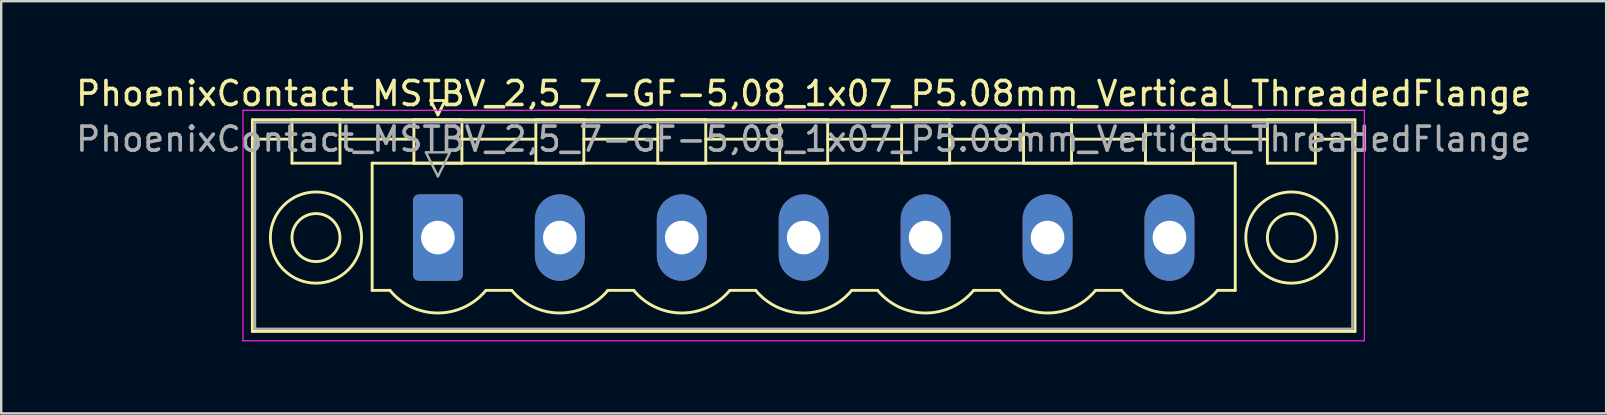
<source format=kicad_pcb>
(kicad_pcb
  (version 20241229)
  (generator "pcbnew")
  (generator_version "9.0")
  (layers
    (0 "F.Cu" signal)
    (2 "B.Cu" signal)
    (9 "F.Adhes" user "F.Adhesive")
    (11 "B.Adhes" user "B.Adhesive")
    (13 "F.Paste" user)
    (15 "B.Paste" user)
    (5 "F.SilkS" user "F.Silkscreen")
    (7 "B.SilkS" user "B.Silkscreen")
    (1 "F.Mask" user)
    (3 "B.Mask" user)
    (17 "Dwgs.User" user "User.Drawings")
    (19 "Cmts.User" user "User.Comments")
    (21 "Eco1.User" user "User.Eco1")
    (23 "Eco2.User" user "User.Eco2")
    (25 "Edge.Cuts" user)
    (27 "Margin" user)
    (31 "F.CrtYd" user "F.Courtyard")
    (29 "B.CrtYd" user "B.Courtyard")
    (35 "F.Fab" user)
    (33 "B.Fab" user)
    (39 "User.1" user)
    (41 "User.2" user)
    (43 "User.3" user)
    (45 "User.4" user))
  (footprint "PhoenixContact_MSTBV_2,5_7-GF-5,08_1x07_P5.08mm_Vertical_ThreadedFlange"
    (layer "F.Cu")
    (at 15.195 6.848)
    (property "Reference" "PhoenixContact_MSTBV_2,5_7-GF-5,08_1x07_P5.08mm_Vertical_ThreadedFlange" (at 15.24 -6 0) (layer "F.SilkS") (effects (font (size 1 1) (thickness 0.15))))
    (attr through_hole)
    (fp_line (start -7.73 -4.91) (end -7.73 3.91) (stroke (width 0.12) (type solid)) (layer "F.SilkS"))
    (fp_line (start -7.73 -4.1) (end -6.19 -4.1) (stroke (width 0.12) (type solid)) (layer "F.SilkS"))
    (fp_line (start -7.73 3.91) (end 38.21 3.91) (stroke (width 0.12) (type solid)) (layer "F.SilkS"))
    (fp_line (start -6.08 -4.91) (end -4.08 -4.91) (stroke (width 0.12) (type solid)) (layer "F.SilkS"))
    (fp_line (start -6.08 -3.1) (end -6.08 -4.91) (stroke (width 0.12) (type solid)) (layer "F.SilkS"))
    (fp_line (start -4.08 -4.91) (end -4.08 -3.1) (stroke (width 0.12) (type solid)) (layer "F.SilkS"))
    (fp_line (start -4.08 -4.1) (end -1 -4.1) (stroke (width 0.12) (type solid)) (layer "F.SilkS"))
    (fp_line (start -4.08 -3.1) (end -6.08 -3.1) (stroke (width 0.12) (type solid)) (layer "F.SilkS"))
    (fp_line (start -2.74 -3.1) (end 33.22 -3.1) (stroke (width 0.12) (type solid)) (layer "F.SilkS"))
    (fp_line (start -2.74 2.2) (end -2.74 -3.1) (stroke (width 0.12) (type solid)) (layer "F.SilkS"))
    (fp_line (start -2 2.2) (end -2.74 2.2) (stroke (width 0.12) (type solid)) (layer "F.SilkS"))
    (fp_line (start -1 -4.91) (end 1 -4.91) (stroke (width 0.12) (type solid)) (layer "F.SilkS"))
    (fp_line (start -1 -3.1) (end -1 -4.91) (stroke (width 0.12) (type solid)) (layer "F.SilkS"))
    (fp_line (start -0.3 -5.71) (end 0.3 -5.71) (stroke (width 0.12) (type solid)) (layer "F.SilkS"))
    (fp_line (start 0 -5.11) (end -0.3 -5.71) (stroke (width 0.12) (type solid)) (layer "F.SilkS"))
    (fp_line (start 0.3 -5.71) (end 0 -5.11) (stroke (width 0.12) (type solid)) (layer "F.SilkS"))
    (fp_line (start 1 -4.91) (end 1 -3.1) (stroke (width 0.12) (type solid)) (layer "F.SilkS"))
    (fp_line (start 1 -4.1) (end 4.08 -4.1) (stroke (width 0.12) (type solid)) (layer "F.SilkS"))
    (fp_line (start 1 -3.1) (end -1 -3.1) (stroke (width 0.12) (type solid)) (layer "F.SilkS"))
    (fp_line (start 2 2.2) (end 3.08 2.2) (stroke (width 0.12) (type solid)) (layer "F.SilkS"))
    (fp_line (start 4.08 -4.91) (end 6.08 -4.91) (stroke (width 0.12) (type solid)) (layer "F.SilkS"))
    (fp_line (start 4.08 -3.1) (end 4.08 -4.91) (stroke (width 0.12) (type solid)) (layer "F.SilkS"))
    (fp_line (start 6.08 -4.91) (end 6.08 -3.1) (stroke (width 0.12) (type solid)) (layer "F.SilkS"))
    (fp_line (start 6.08 -4.1) (end 9.16 -4.1) (stroke (width 0.12) (type solid)) (layer "F.SilkS"))
    (fp_line (start 6.08 -3.1) (end 4.08 -3.1) (stroke (width 0.12) (type solid)) (layer "F.SilkS"))
    (fp_line (start 7.08 2.2) (end 8.16 2.2) (stroke (width 0.12) (type solid)) (layer "F.SilkS"))
    (fp_line (start 9.16 -4.91) (end 11.16 -4.91) (stroke (width 0.12) (type solid)) (layer "F.SilkS"))
    (fp_line (start 9.16 -3.1) (end 9.16 -4.91) (stroke (width 0.12) (type solid)) (layer "F.SilkS"))
    (fp_line (start 11.16 -4.91) (end 11.16 -3.1) (stroke (width 0.12) (type solid)) (layer "F.SilkS"))
    (fp_line (start 11.16 -4.1) (end 14.24 -4.1) (stroke (width 0.12) (type solid)) (layer "F.SilkS"))
    (fp_line (start 11.16 -3.1) (end 9.16 -3.1) (stroke (width 0.12) (type solid)) (layer "F.SilkS"))
    (fp_line (start 12.16 2.2) (end 13.24 2.2) (stroke (width 0.12) (type solid)) (layer "F.SilkS"))
    (fp_line (start 14.24 -4.91) (end 16.24 -4.91) (stroke (width 0.12) (type solid)) (layer "F.SilkS"))
    (fp_line (start 14.24 -3.1) (end 14.24 -4.91) (stroke (width 0.12) (type solid)) (layer "F.SilkS"))
    (fp_line (start 16.24 -4.91) (end 16.24 -3.1) (stroke (width 0.12) (type solid)) (layer "F.SilkS"))
    (fp_line (start 16.24 -4.1) (end 19.32 -4.1) (stroke (width 0.12) (type solid)) (layer "F.SilkS"))
    (fp_line (start 16.24 -3.1) (end 14.24 -3.1) (stroke (width 0.12) (type solid)) (layer "F.SilkS"))
    (fp_line (start 17.24 2.2) (end 18.32 2.2) (stroke (width 0.12) (type solid)) (layer "F.SilkS"))
    (fp_line (start 19.32 -4.91) (end 21.32 -4.91) (stroke (width 0.12) (type solid)) (layer "F.SilkS"))
    (fp_line (start 19.32 -3.1) (end 19.32 -4.91) (stroke (width 0.12) (type solid)) (layer "F.SilkS"))
    (fp_line (start 21.32 -4.91) (end 21.32 -3.1) (stroke (width 0.12) (type solid)) (layer "F.SilkS"))
    (fp_line (start 21.32 -4.1) (end 24.4 -4.1) (stroke (width 0.12) (type solid)) (layer "F.SilkS"))
    (fp_line (start 21.32 -3.1) (end 19.32 -3.1) (stroke (width 0.12) (type solid)) (layer "F.SilkS"))
    (fp_line (start 22.32 2.2) (end 23.4 2.2) (stroke (width 0.12) (type solid)) (layer "F.SilkS"))
    (fp_line (start 24.4 -4.91) (end 26.4 -4.91) (stroke (width 0.12) (type solid)) (layer "F.SilkS"))
    (fp_line (start 24.4 -3.1) (end 24.4 -4.91) (stroke (width 0.12) (type solid)) (layer "F.SilkS"))
    (fp_line (start 26.4 -4.91) (end 26.4 -3.1) (stroke (width 0.12) (type solid)) (layer "F.SilkS"))
    (fp_line (start 26.4 -4.1) (end 29.48 -4.1) (stroke (width 0.12) (type solid)) (layer "F.SilkS"))
    (fp_line (start 26.4 -3.1) (end 24.4 -3.1) (stroke (width 0.12) (type solid)) (layer "F.SilkS"))
    (fp_line (start 27.4 2.2) (end 28.48 2.2) (stroke (width 0.12) (type solid)) (layer "F.SilkS"))
    (fp_line (start 29.48 -4.91) (end 31.48 -4.91) (stroke (width 0.12) (type solid)) (layer "F.SilkS"))
    (fp_line (start 29.48 -3.1) (end 29.48 -4.91) (stroke (width 0.12) (type solid)) (layer "F.SilkS"))
    (fp_line (start 31.48 -4.91) (end 31.48 -3.1) (stroke (width 0.12) (type solid)) (layer "F.SilkS"))
    (fp_line (start 31.48 -4.1) (end 34.56 -4.1) (stroke (width 0.12) (type solid)) (layer "F.SilkS"))
    (fp_line (start 31.48 -3.1) (end 29.48 -3.1) (stroke (width 0.12) (type solid)) (layer "F.SilkS"))
    (fp_line (start 33.22 -3.1) (end 33.22 2.2) (stroke (width 0.12) (type solid)) (layer "F.SilkS"))
    (fp_line (start 33.22 2.2) (end 32.48 2.2) (stroke (width 0.12) (type solid)) (layer "F.SilkS"))
    (fp_line (start 34.56 -4.91) (end 36.56 -4.91) (stroke (width 0.12) (type solid)) (layer "F.SilkS"))
    (fp_line (start 34.56 -3.1) (end 34.56 -4.91) (stroke (width 0.12) (type solid)) (layer "F.SilkS"))
    (fp_line (start 36.56 -4.91) (end 36.56 -3.1) (stroke (width 0.12) (type solid)) (layer "F.SilkS"))
    (fp_line (start 36.56 -3.1) (end 34.56 -3.1) (stroke (width 0.12) (type solid)) (layer "F.SilkS"))
    (fp_line (start 38.21 -4.91) (end -7.73 -4.91) (stroke (width 0.12) (type solid)) (layer "F.SilkS"))
    (fp_line (start 38.21 -4.1) (end 36.67 -4.1) (stroke (width 0.12) (type solid)) (layer "F.SilkS"))
    (fp_line (start 38.21 3.91) (end 38.21 -4.91) (stroke (width 0.12) (type solid)) (layer "F.SilkS"))
    (fp_arc (start 1.986842 2.215821) (mid -0.010289 3.142758) (end -2 2.2) (stroke (width 0.12) (type solid)) (layer "F.SilkS"))
    (fp_arc (start 7.066842 2.215821) (mid 5.069711 3.142758) (end 3.08 2.2) (stroke (width 0.12) (type solid)) (layer "F.SilkS"))
    (fp_arc (start 12.146842 2.215821) (mid 10.149711 3.142758) (end 8.16 2.2) (stroke (width 0.12) (type solid)) (layer "F.SilkS"))
    (fp_arc (start 17.226842 2.215821) (mid 15.229711 3.142758) (end 13.24 2.2) (stroke (width 0.12) (type solid)) (layer "F.SilkS"))
    (fp_arc (start 22.306842 2.215821) (mid 20.309711 3.142758) (end 18.32 2.2) (stroke (width 0.12) (type solid)) (layer "F.SilkS"))
    (fp_arc (start 27.386842 2.215821) (mid 25.389711 3.142758) (end 23.4 2.2) (stroke (width 0.12) (type solid)) (layer "F.SilkS"))
    (fp_arc (start 32.466842 2.215821) (mid 30.469711 3.142758) (end 28.48 2.2) (stroke (width 0.12) (type solid)) (layer "F.SilkS"))
    (fp_circle (center -5.08 0) (end -4.08 0) (stroke (width 0.12) (type solid)) (fill no) (layer "F.SilkS"))
    (fp_circle (center -5.08 0) (end -3.18 0) (stroke (width 0.12) (type solid)) (fill no) (layer "F.SilkS"))
    (fp_circle (center 35.56 0) (end 36.56 0) (stroke (width 0.12) (type solid)) (fill no) (layer "F.SilkS"))
    (fp_circle (center 35.56 0) (end 37.46 0) (stroke (width 0.12) (type solid)) (fill no) (layer "F.SilkS"))
    (fp_line (start -8.12 -5.3) (end -8.12 4.3) (stroke (width 0.05) (type solid)) (layer "F.CrtYd"))
    (fp_line (start -8.12 4.3) (end 38.6 4.3) (stroke (width 0.05) (type solid)) (layer "F.CrtYd"))
    (fp_line (start 38.6 -5.3) (end -8.12 -5.3) (stroke (width 0.05) (type solid)) (layer "F.CrtYd"))
    (fp_line (start 38.6 4.3) (end 38.6 -5.3) (stroke (width 0.05) (type solid)) (layer "F.CrtYd"))
    (fp_line (start -7.62 -4.8) (end -7.62 3.8) (stroke (width 0.1) (type solid)) (layer "F.Fab"))
    (fp_line (start -7.62 3.8) (end 38.1 3.8) (stroke (width 0.1) (type solid)) (layer "F.Fab"))
    (fp_line (start -0.5 -3.55) (end 0.5 -3.55) (stroke (width 0.1) (type solid)) (layer "F.Fab"))
    (fp_line (start 0 -2.55) (end -0.5 -3.55) (stroke (width 0.1) (type solid)) (layer "F.Fab"))
    (fp_line (start 0.5 -3.55) (end 0 -2.55) (stroke (width 0.1) (type solid)) (layer "F.Fab"))
    (fp_line (start 38.1 -4.8) (end -7.62 -4.8) (stroke (width 0.1) (type solid)) (layer "F.Fab"))
    (fp_line (start 38.1 3.8) (end 38.1 -4.8) (stroke (width 0.1) (type solid)) (layer "F.Fab"))
    (fp_text user "${REFERENCE}" (at 15.24 -4.1 0) (layer "F.Fab") (effects (font (size 1 1) (thickness 0.15))))
    (pad "1" thru_hole roundrect (at 0 0) (size 2.08 3.6) (drill 1.4) (layers "*.Cu" "*.Mask") (roundrect_rratio 0.12))
    (pad "2" thru_hole oval (at 5.08 0) (size 2.08 3.6) (drill 1.4) (layers "*.Cu" "*.Mask"))
    (pad "3" thru_hole oval (at 10.16 0) (size 2.08 3.6) (drill 1.4) (layers "*.Cu" "*.Mask"))
    (pad "4" thru_hole oval (at 15.24 0) (size 2.08 3.6) (drill 1.4) (layers "*.Cu" "*.Mask"))
    (pad "5" thru_hole oval (at 20.32 0) (size 2.08 3.6) (drill 1.4) (layers "*.Cu" "*.Mask"))
    (pad "6" thru_hole oval (at 25.4 0) (size 2.08 3.6) (drill 1.4) (layers "*.Cu" "*.Mask"))
    (pad "7" thru_hole oval (at 30.48 0) (size 2.08 3.6) (drill 1.4) (layers "*.Cu" "*.Mask")))
  (gr_rect
    (start -3 -3)
    (end 63.869 14.173)
    (stroke (width 0.1) (type default))
    (fill no)
    (layer "Edge.Cuts")))
</source>
